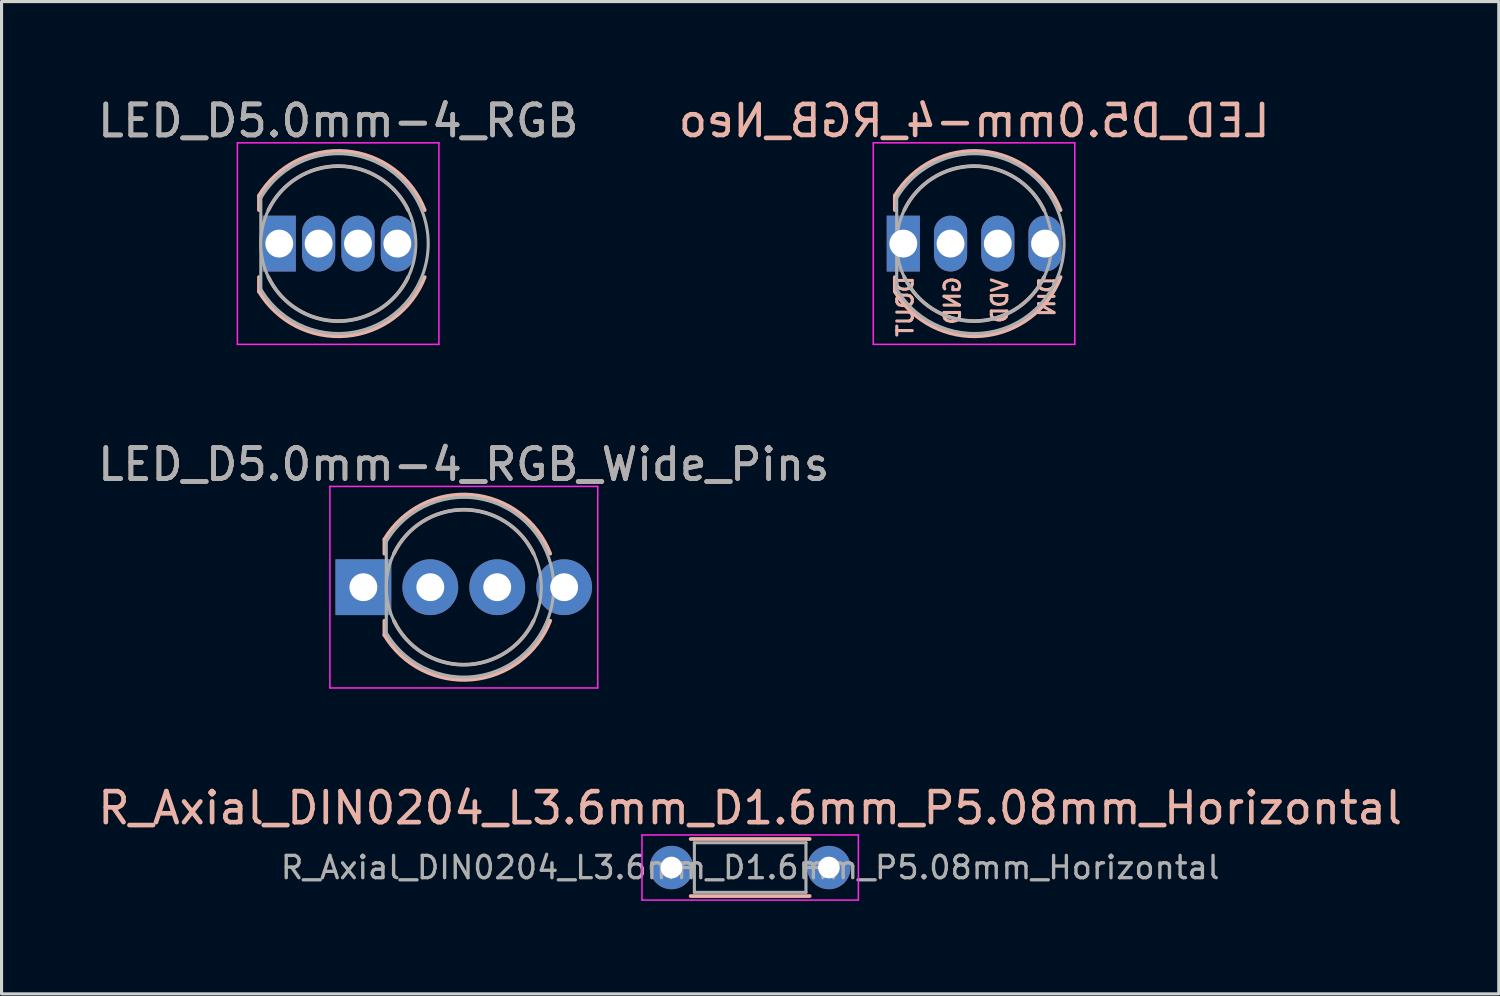
<source format=kicad_pcb>
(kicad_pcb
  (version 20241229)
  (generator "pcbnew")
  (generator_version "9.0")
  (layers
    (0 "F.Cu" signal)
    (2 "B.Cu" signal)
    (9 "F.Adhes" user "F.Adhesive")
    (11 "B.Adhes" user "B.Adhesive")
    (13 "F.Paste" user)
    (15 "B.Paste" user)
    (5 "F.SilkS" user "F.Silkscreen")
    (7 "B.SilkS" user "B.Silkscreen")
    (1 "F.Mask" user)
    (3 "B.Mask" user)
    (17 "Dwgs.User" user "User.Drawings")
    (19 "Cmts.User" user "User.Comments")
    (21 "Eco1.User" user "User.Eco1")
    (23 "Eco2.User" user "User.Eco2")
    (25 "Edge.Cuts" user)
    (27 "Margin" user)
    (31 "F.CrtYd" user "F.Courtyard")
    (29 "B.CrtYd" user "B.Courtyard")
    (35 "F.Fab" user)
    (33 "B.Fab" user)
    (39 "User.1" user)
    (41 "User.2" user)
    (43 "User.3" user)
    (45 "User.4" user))
  (footprint "LED_D5.0mm-4_RGB_Neo"
    (layer "F.Cu")
    (at 26.47 4.808)
    (property "Reference" "LED_D5.0mm-4_RGB_Neo" (at 1.905 -3.96 0) (layer "B.SilkS") (effects (font (size 1 1) (thickness 0.15)) (justify mirror)))
    (attr through_hole)
    (fp_line (start -0.655 -1.545) (end -0.655 -1.08) (stroke (width 0.12) (type solid)) (layer "B.SilkS"))
    (fp_line (start -0.655 1.08) (end -0.655 1.545) (stroke (width 0.12) (type solid)) (layer "B.SilkS"))
    (fp_arc (start -0.655 -1.54483) (mid 2.163456 -2.978809) (end 4.692815 -1.080827) (stroke (width 0.12) (type solid)) (layer "B.SilkS"))
    (fp_arc (start -0.349684 -1.08) (mid 1.904762 -2.5) (end 4.159479 -1.080429) (stroke (width 0.12) (type solid)) (layer "B.SilkS"))
    (fp_arc (start 4.159479 1.080429) (mid 1.904762 2.5) (end -0.349684 1.08) (stroke (width 0.12) (type solid)) (layer "B.SilkS"))
    (fp_arc (start 4.692815 1.080827) (mid 2.163456 2.978808) (end -0.655 1.54483) (stroke (width 0.12) (type solid)) (layer "B.SilkS"))
    (fp_line (start -1.35 -3.25) (end -1.35 3.25) (stroke (width 0.05) (type solid)) (layer "F.CrtYd"))
    (fp_line (start -1.35 3.25) (end 5.15 3.25) (stroke (width 0.05) (type solid)) (layer "F.CrtYd"))
    (fp_line (start 5.15 -3.25) (end -1.35 -3.25) (stroke (width 0.05) (type solid)) (layer "F.CrtYd"))
    (fp_line (start 5.15 3.25) (end 5.15 -3.25) (stroke (width 0.05) (type solid)) (layer "F.CrtYd"))
    (fp_line (start -0.595 -1.47) (end -0.595 1.47) (stroke (width 0.1) (type solid)) (layer "F.Fab"))
    (fp_arc (start -0.595 -1.469694) (mid 4.805 0.000016) (end -0.595016 1.469666) (stroke (width 0.1) (type solid)) (layer "F.Fab"))
    (fp_circle (center 1.905 0) (end 4.405 0) (stroke (width 0.1) (type solid)) (fill no) (layer "F.Fab"))
    (fp_text user "GND" (at 1.206 1.841 90) (layer "B.SilkS") (effects (font (size 0.5 0.5) (thickness 0.1)) (justify mirror)))
    (fp_text user "VDD" (at 2.731 1.841 90) (layer "B.SilkS") (effects (font (size 0.5 0.5) (thickness 0.1)) (justify mirror)))
    (fp_text user "DOUT" (at -0.318 2.032 90) (layer "B.SilkS") (effects (font (size 0.5 0.5) (thickness 0.1)) (justify mirror)))
    (fp_text user "DIN" (at 4.255 1.714 90) (layer "B.SilkS") (effects (font (size 0.5 0.5) (thickness 0.1)) (justify mirror)))
    (pad "1" thru_hole rect (at -0.381 0) (size 1.07 1.8) (drill 0.9) (layers "*.Cu" "*.Mask"))
    (pad "2" thru_hole oval (at 1.143 0) (size 1.07 1.8) (drill 0.9) (layers "*.Cu" "*.Mask"))
    (pad "3" thru_hole oval (at 2.667 0) (size 1.07 1.8) (drill 0.9) (layers "*.Cu" "*.Mask"))
    (pad "4" thru_hole oval (at 4.191 0) (size 1.07 1.8) (drill 0.9) (layers "*.Cu" "*.Mask")))
  (footprint "LED_D5.0mm-4_RGB"
    (layer "F.Cu")
    (at 5.958 4.808)
    (property "Reference" "LED_D5.0mm-4_RGB" (at 1.905 -3.96 0) (layer "B.SilkS") (effects (font (size 1 1) (thickness 0.15))))
    (attr through_hole)
    (fp_line (start -0.655 -1.545) (end -0.655 -1.08) (stroke (width 0.12) (type solid)) (layer "B.SilkS"))
    (fp_line (start -0.655 1.08) (end -0.655 1.545) (stroke (width 0.12) (type solid)) (layer "B.SilkS"))
    (fp_arc (start -0.655 -1.54483) (mid 2.163456 -2.978809) (end 4.692815 -1.080827) (stroke (width 0.12) (type solid)) (layer "B.SilkS"))
    (fp_arc (start -0.349684 -1.08) (mid 1.904762 -2.5) (end 4.159479 -1.080429) (stroke (width 0.12) (type solid)) (layer "B.SilkS"))
    (fp_arc (start 4.159479 1.080429) (mid 1.904762 2.5) (end -0.349684 1.08) (stroke (width 0.12) (type solid)) (layer "B.SilkS"))
    (fp_arc (start 4.692815 1.080827) (mid 2.163456 2.978808) (end -0.655 1.54483) (stroke (width 0.12) (type solid)) (layer "B.SilkS"))
    (fp_line (start -1.35 -3.25) (end -1.35 3.25) (stroke (width 0.05) (type solid)) (layer "F.CrtYd"))
    (fp_line (start -1.35 3.25) (end 5.15 3.25) (stroke (width 0.05) (type solid)) (layer "F.CrtYd"))
    (fp_line (start 5.15 -3.25) (end -1.35 -3.25) (stroke (width 0.05) (type solid)) (layer "F.CrtYd"))
    (fp_line (start 5.15 3.25) (end 5.15 -3.25) (stroke (width 0.05) (type solid)) (layer "F.CrtYd"))
    (fp_line (start -0.595 -1.47) (end -0.595 1.47) (stroke (width 0.1) (type solid)) (layer "F.Fab"))
    (fp_arc (start -0.595 -1.469694) (mid 4.805 0.000016) (end -0.595016 1.469666) (stroke (width 0.1) (type solid)) (layer "F.Fab"))
    (fp_circle (center 1.905 0) (end 4.405 0) (stroke (width 0.1) (type solid)) (fill no) (layer "F.Fab"))
    (fp_text user "${REFERENCE}" (at 1.905 -3.96 0) (layer "F.Fab") (effects (font (size 1 1) (thickness 0.15))))
    (pad "1" thru_hole rect (at 0 0) (size 1.07 1.8) (drill 0.9) (layers "*.Cu" "*.Mask"))
    (pad "2" thru_hole oval (at 1.27 0) (size 1.07 1.8) (drill 0.9) (layers "*.Cu" "*.Mask"))
    (pad "3" thru_hole oval (at 2.54 0) (size 1.07 1.8) (drill 0.9) (layers "*.Cu" "*.Mask"))
    (pad "4" thru_hole oval (at 3.81 0) (size 1.07 1.8) (drill 0.9) (layers "*.Cu" "*.Mask")))
  (footprint "R_Axial_DIN0204_L3.6mm_D1.6mm_P5.08mm_Horizontal"
    (layer "F.Cu")
    (at 18.609 24.935)
    (property "Reference" "R_Axial_DIN0204_L3.6mm_D1.6mm_P5.08mm_Horizontal" (at 2.54 -1.92 0) (layer "B.SilkS") (effects (font (size 1 1) (thickness 0.15))))
    (attr through_hole)
    (fp_line (start 0.62 -0.92) (end 4.46 -0.92) (stroke (width 0.12) (type solid)) (layer "B.SilkS"))
    (fp_line (start 0.62 0.92) (end 4.46 0.92) (stroke (width 0.12) (type solid)) (layer "B.SilkS"))
    (fp_line (start -0.95 -1.05) (end -0.95 1.05) (stroke (width 0.05) (type solid)) (layer "F.CrtYd"))
    (fp_line (start -0.95 1.05) (end 6.03 1.05) (stroke (width 0.05) (type solid)) (layer "F.CrtYd"))
    (fp_line (start 6.03 -1.05) (end -0.95 -1.05) (stroke (width 0.05) (type solid)) (layer "F.CrtYd"))
    (fp_line (start 6.03 1.05) (end 6.03 -1.05) (stroke (width 0.05) (type solid)) (layer "F.CrtYd"))
    (fp_line (start 0 0) (end 0.74 0) (stroke (width 0.1) (type solid)) (layer "F.Fab"))
    (fp_line (start 0.74 -0.8) (end 0.74 0.8) (stroke (width 0.1) (type solid)) (layer "F.Fab"))
    (fp_line (start 0.74 0.8) (end 4.34 0.8) (stroke (width 0.1) (type solid)) (layer "F.Fab"))
    (fp_line (start 4.34 -0.8) (end 0.74 -0.8) (stroke (width 0.1) (type solid)) (layer "F.Fab"))
    (fp_line (start 4.34 0.8) (end 4.34 -0.8) (stroke (width 0.1) (type solid)) (layer "F.Fab"))
    (fp_line (start 5.08 0) (end 4.34 0) (stroke (width 0.1) (type solid)) (layer "F.Fab"))
    (fp_text user "${REFERENCE}" (at 2.54 0 0) (layer "F.Fab") (effects (font (size 0.72 0.72) (thickness 0.108))))
    (pad "1" thru_hole circle (at 0 0) (size 1.4 1.4) (drill 0.7) (layers "*.Cu" "*.Mask"))
    (pad "2" thru_hole oval (at 5.08 0) (size 1.4 1.4) (drill 0.7) (layers "*.Cu" "*.Mask")))
  (footprint "LED_D5.0mm-4_RGB_Wide_Pins"
    (layer "F.Cu")
    (at 8.672 15.892)
    (property "Reference" "LED_D5.0mm-4_RGB_Wide_Pins" (at 3.239 -3.96 0) (layer "B.SilkS") (effects (font (size 1 1) (thickness 0.15))))
    (attr through_hole)
    (fp_line (start 0.678 -1.545) (end 0.678 -1.08) (stroke (width 0.12) (type solid)) (layer "B.SilkS"))
    (fp_line (start 0.678 1.08) (end 0.678 1.545) (stroke (width 0.12) (type solid)) (layer "B.SilkS"))
    (fp_arc (start 0.6785 -1.54483) (mid 3.496956 -2.978809) (end 6.026315 -1.080827) (stroke (width 0.12) (type solid)) (layer "B.SilkS"))
    (fp_arc (start 0.983816 -1.08) (mid 3.238262 -2.5) (end 5.492979 -1.080429) (stroke (width 0.12) (type solid)) (layer "B.SilkS"))
    (fp_arc (start 5.492979 1.080429) (mid 3.238262 2.5) (end 0.983816 1.08) (stroke (width 0.12) (type solid)) (layer "B.SilkS"))
    (fp_arc (start 6.026315 1.080827) (mid 3.496956 2.978808) (end 0.6785 1.54483) (stroke (width 0.12) (type solid)) (layer "B.SilkS"))
    (fp_line (start -1.08 -3.25) (end -1.08 3.25) (stroke (width 0.05) (type solid)) (layer "F.CrtYd"))
    (fp_line (start -1.08 3.25) (end 7.56 3.25) (stroke (width 0.05) (type solid)) (layer "F.CrtYd"))
    (fp_line (start 7.56 -3.25) (end -1.08 -3.25) (stroke (width 0.05) (type solid)) (layer "F.CrtYd"))
    (fp_line (start 7.56 3.25) (end 7.56 -3.25) (stroke (width 0.05) (type solid)) (layer "F.CrtYd"))
    (fp_line (start 0.739 -1.47) (end 0.739 1.47) (stroke (width 0.1) (type solid)) (layer "F.Fab"))
    (fp_arc (start 0.7385 -1.469694) (mid 6.1385 0.000016) (end 0.738484 1.469666) (stroke (width 0.1) (type solid)) (layer "F.Fab"))
    (fp_circle (center 3.239 0) (end 5.739 0) (stroke (width 0.1) (type solid)) (fill no) (layer "F.Fab"))
    (fp_text user "${REFERENCE}" (at 3.239 -3.96 0) (layer "F.Fab") (effects (font (size 1 1) (thickness 0.15))))
    (pad "1" thru_hole rect (at 0 0) (size 1.8 1.8) (drill 0.9) (layers "*.Cu" "*.Mask"))
    (pad "2" thru_hole circle (at 2.159 0) (size 1.8 1.8) (drill 0.9) (layers "*.Cu" "*.Mask"))
    (pad "3" thru_hole circle (at 4.318 0) (size 1.8 1.8) (drill 0.9) (layers "*.Cu" "*.Mask"))
    (pad "4" thru_hole circle (at 6.477 0) (size 1.8 1.8) (drill 0.9) (layers "*.Cu" "*.Mask")))
  (gr_rect
    (start -3 -3)
    (end 45.298 29.01)
    (stroke (width 0.1) (type default))
    (fill no)
    (layer "Edge.Cuts")))
</source>
